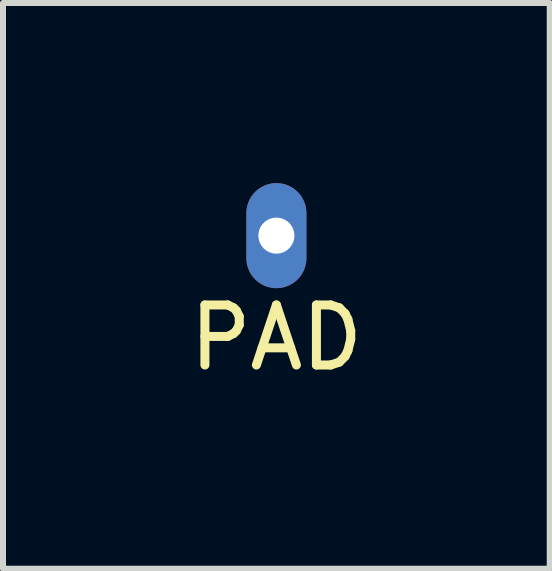
<source format=kicad_pcb>
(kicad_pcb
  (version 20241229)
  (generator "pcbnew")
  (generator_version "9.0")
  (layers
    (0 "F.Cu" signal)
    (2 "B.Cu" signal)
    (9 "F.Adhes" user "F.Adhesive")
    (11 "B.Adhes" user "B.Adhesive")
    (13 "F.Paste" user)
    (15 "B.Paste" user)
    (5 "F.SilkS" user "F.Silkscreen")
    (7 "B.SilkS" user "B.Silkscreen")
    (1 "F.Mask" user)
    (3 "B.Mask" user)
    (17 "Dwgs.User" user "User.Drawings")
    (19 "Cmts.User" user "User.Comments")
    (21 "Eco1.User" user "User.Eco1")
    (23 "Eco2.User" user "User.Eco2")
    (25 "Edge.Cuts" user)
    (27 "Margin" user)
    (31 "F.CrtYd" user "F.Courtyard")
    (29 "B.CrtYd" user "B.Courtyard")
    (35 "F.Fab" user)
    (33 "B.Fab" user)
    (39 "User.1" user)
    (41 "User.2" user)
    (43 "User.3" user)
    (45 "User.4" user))
  (footprint "PAD"
    (layer "F.Cu")
    (at 1.554 0.875)
    (property "Reference" "PAD" (at 0 1.7 0) (layer "F.SilkS") (effects (font (size 1 1) (thickness 0.15))))
    (attr through_hole)
    (pad "1" thru_hole oval (at 0 0) (size 1 1.75) (drill 0.6) (layers "*.Cu" "*.Mask")))
  (gr_rect
    (start -3 -3)
    (end 6.107 6.423)
    (stroke (width 0.1) (type default))
    (fill no)
    (layer "Edge.Cuts")))
</source>
